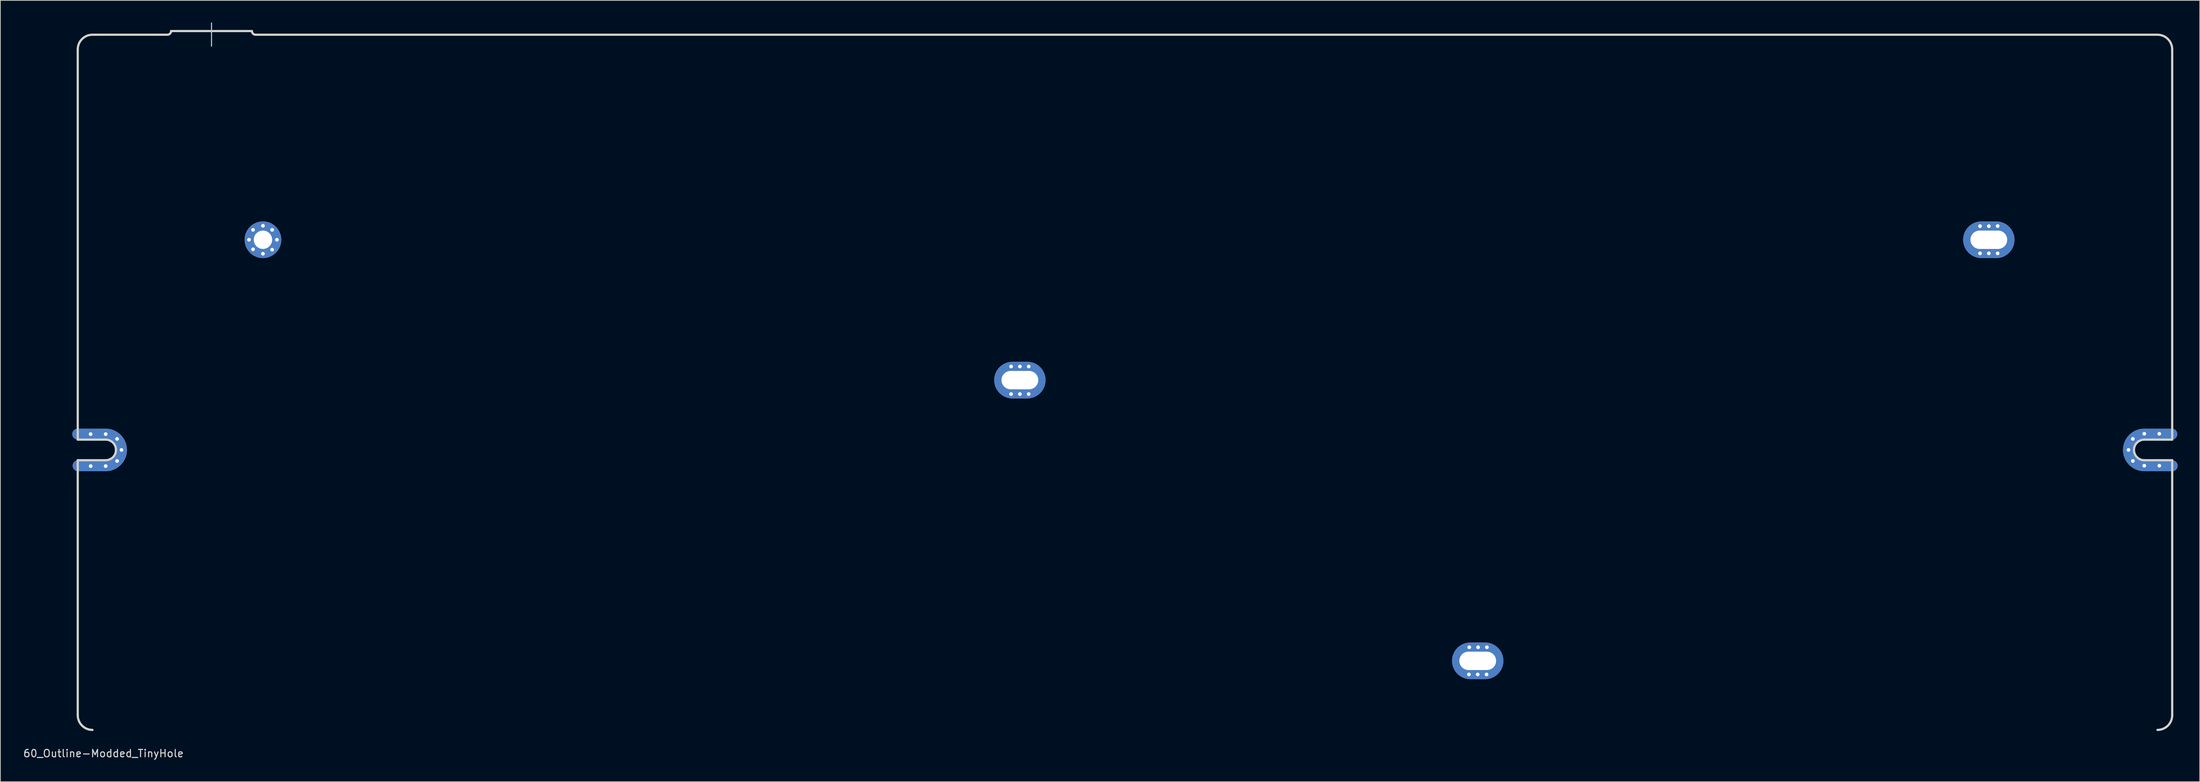
<source format=kicad_pcb>
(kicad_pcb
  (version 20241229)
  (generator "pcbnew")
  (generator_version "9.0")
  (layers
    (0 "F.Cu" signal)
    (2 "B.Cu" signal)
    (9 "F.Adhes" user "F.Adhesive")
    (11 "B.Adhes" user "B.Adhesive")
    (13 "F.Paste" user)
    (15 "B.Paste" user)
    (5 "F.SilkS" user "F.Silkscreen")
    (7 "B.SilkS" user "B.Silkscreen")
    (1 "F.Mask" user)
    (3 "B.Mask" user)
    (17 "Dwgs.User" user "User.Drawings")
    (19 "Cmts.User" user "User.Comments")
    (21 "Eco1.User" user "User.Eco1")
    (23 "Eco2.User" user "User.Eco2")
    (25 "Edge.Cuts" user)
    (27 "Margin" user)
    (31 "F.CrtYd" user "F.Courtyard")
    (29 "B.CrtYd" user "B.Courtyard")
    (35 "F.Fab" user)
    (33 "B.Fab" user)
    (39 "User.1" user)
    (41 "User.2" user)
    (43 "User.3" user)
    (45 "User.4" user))
  (footprint "60_Outline-Modded_TinyHole"
    (layer "F.Cu")
    (at 150.03 48.975)
    (property "Reference" "60_Outline-Modded_TinyHole" (at -139 50.5 0) (layer "Edge.Cuts") (effects (font (size 1 1) (thickness 0.15))))
    (attr through_hole)
    (fp_line (start -142.5 7.05) (end -138.7 7.05) (stroke (width 1.5) (type solid)) (layer "F.Cu"))
    (fp_line (start -142.45 11.35) (end -138.65 11.35) (stroke (width 1.5) (type solid)) (layer "F.Cu"))
    (fp_line (start 142.45 7.05) (end 138.65 7.05) (stroke (width 1.5) (type solid)) (layer "F.Cu"))
    (fp_line (start 142.5 11.35) (end 138.7 11.35) (stroke (width 1.5) (type solid)) (layer "F.Cu"))
    (fp_arc (start -138.7 7.05) (mid -137.17972 7.67972) (end -136.55 9.2) (stroke (width 1.5) (type solid)) (layer "F.Cu"))
    (fp_arc (start -136.55 9.2) (mid -137.17972 10.72028) (end -138.7 11.35) (stroke (width 1.5) (type solid)) (layer "F.Cu"))
    (fp_arc (start 136.55 9.2) (mid 137.17972 7.67972) (end 138.7 7.05) (stroke (width 1.5) (type solid)) (layer "F.Cu"))
    (fp_arc (start 138.7 11.35) (mid 137.17972 10.72028) (end 136.55 9.2) (stroke (width 1.5) (type solid)) (layer "F.Cu"))
    (fp_line (start -142.5 7.05) (end -138.7 7.05) (stroke (width 1.5) (type solid)) (layer "F.Mask"))
    (fp_line (start -142.45 11.35) (end -138.65 11.35) (stroke (width 1.5) (type solid)) (layer "F.Mask"))
    (fp_line (start 142.45 7.05) (end 138.65 7.05) (stroke (width 1.5) (type solid)) (layer "F.Mask"))
    (fp_line (start 142.5 11.35) (end 138.7 11.35) (stroke (width 1.5) (type solid)) (layer "F.Mask"))
    (fp_arc (start -138.7 7.05) (mid -137.17972 7.67972) (end -136.55 9.2) (stroke (width 1.5) (type solid)) (layer "F.Mask"))
    (fp_arc (start -136.55 9.2) (mid -137.17972 10.72028) (end -138.7 11.35) (stroke (width 1.5) (type solid)) (layer "F.Mask"))
    (fp_arc (start 136.55 9.2) (mid 137.17972 7.67972) (end 138.7 7.05) (stroke (width 1.5) (type solid)) (layer "F.Mask"))
    (fp_arc (start 138.7 11.35) (mid 137.17972 10.72028) (end 136.55 9.2) (stroke (width 1.5) (type solid)) (layer "F.Mask"))
    (fp_line (start -142.5 7.05) (end -138.7 7.05) (stroke (width 1.5) (type solid)) (layer "B.Cu"))
    (fp_line (start -142.45 11.35) (end -138.65 11.35) (stroke (width 1.5) (type solid)) (layer "B.Cu"))
    (fp_line (start 142.45 7.05) (end 138.65 7.05) (stroke (width 1.5) (type solid)) (layer "B.Cu"))
    (fp_line (start 142.5 11.35) (end 138.7 11.35) (stroke (width 1.5) (type solid)) (layer "B.Cu"))
    (fp_arc (start -138.7 7.05) (mid -137.17972 7.67972) (end -136.55 9.2) (stroke (width 1.5) (type solid)) (layer "B.Cu"))
    (fp_arc (start -136.55 9.2) (mid -137.17972 10.72028) (end -138.7 11.35) (stroke (width 1.5) (type solid)) (layer "B.Cu"))
    (fp_arc (start 136.55 9.2) (mid 137.17972 7.67972) (end 138.7 7.05) (stroke (width 1.5) (type solid)) (layer "B.Cu"))
    (fp_arc (start 138.7 11.35) (mid 137.17972 10.72028) (end 136.55 9.2) (stroke (width 1.5) (type solid)) (layer "B.Cu"))
    (fp_line (start -142.5 7.05) (end -138.7 7.05) (stroke (width 1.5) (type solid)) (layer "B.Mask"))
    (fp_line (start -142.45 11.35) (end -138.65 11.35) (stroke (width 1.5) (type solid)) (layer "B.Mask"))
    (fp_line (start 142.45 7.05) (end 138.65 7.05) (stroke (width 1.5) (type solid)) (layer "B.Mask"))
    (fp_line (start 142.5 11.35) (end 138.7 11.35) (stroke (width 1.5) (type solid)) (layer "B.Mask"))
    (fp_arc (start -138.7 7.05) (mid -137.17972 7.67972) (end -136.55 9.2) (stroke (width 1.5) (type solid)) (layer "B.Mask"))
    (fp_arc (start -136.55 9.2) (mid -137.17972 10.72028) (end -138.7 11.35) (stroke (width 1.5) (type solid)) (layer "B.Mask"))
    (fp_arc (start 136.55 9.2) (mid 137.17972 7.67972) (end 138.7 7.05) (stroke (width 1.5) (type solid)) (layer "B.Mask"))
    (fp_arc (start 138.7 11.35) (mid 137.17972 10.72028) (end 136.55 9.2) (stroke (width 1.5) (type solid)) (layer "B.Mask"))
    (fp_line (start -124.3 -48.9) (end -124.3 -45.75) (stroke (width 0.15) (type solid)) (layer "Dwgs.User"))
    (fp_line (start -142.5 7.8) (end -142.5 -45.3) (stroke (width 0.3) (type solid)) (layer "Edge.Cuts"))
    (fp_line (start -142.5 10.6) (end -138.7 10.6) (stroke (width 0.3) (type solid)) (layer "Edge.Cuts"))
    (fp_line (start -142.5 45.3) (end -142.5 10.6) (stroke (width 0.3) (type solid)) (layer "Edge.Cuts"))
    (fp_line (start -140.5 -47.3) (end -130.3 -47.3) (stroke (width 0.3) (type solid)) (layer "Edge.Cuts"))
    (fp_line (start -138.7 7.8) (end -142.5 7.8) (stroke (width 0.3) (type solid)) (layer "Edge.Cuts"))
    (fp_line (start -129.8 -47.8) (end -118.8 -47.8) (stroke (width 0.3) (type solid)) (layer "Edge.Cuts"))
    (fp_line (start 138.7 7.8) (end 142.5 7.8) (stroke (width 0.3) (type solid)) (layer "Edge.Cuts"))
    (fp_line (start 138.7 10.6) (end 142.5 10.6) (stroke (width 0.3) (type solid)) (layer "Edge.Cuts"))
    (fp_line (start 140.5 -47.3) (end -118.3 -47.3) (stroke (width 0.3) (type solid)) (layer "Edge.Cuts"))
    (fp_line (start 142.5 7.8) (end 142.5 -45.3) (stroke (width 0.3) (type solid)) (layer "Edge.Cuts"))
    (fp_line (start 142.5 10.6) (end 142.5 45.3) (stroke (width 0.3) (type solid)) (layer "Edge.Cuts"))
    (fp_arc (start -142.5 -45.3) (mid -141.914214 -46.714214) (end -140.5 -47.3) (stroke (width 0.3) (type solid)) (layer "Edge.Cuts"))
    (fp_arc (start -140.5 47.3) (mid -141.914214 46.714214) (end -142.5 45.3) (stroke (width 0.3) (type solid)) (layer "Edge.Cuts"))
    (fp_arc (start -138.7 7.8) (mid -137.710051 8.210051) (end -137.3 9.2) (stroke (width 0.3) (type solid)) (layer "Edge.Cuts"))
    (fp_arc (start -137.3 9.2) (mid -137.710051 10.189949) (end -138.7 10.6) (stroke (width 0.3) (type solid)) (layer "Edge.Cuts"))
    (fp_arc (start -129.8 -47.8) (mid -129.946447 -47.446447) (end -130.3 -47.3) (stroke (width 0.3) (type solid)) (layer "Edge.Cuts"))
    (fp_arc (start -118.3 -47.3) (mid -118.653553 -47.446447) (end -118.8 -47.8) (stroke (width 0.3) (type solid)) (layer "Edge.Cuts"))
    (fp_arc (start 137.3 9.2) (mid 137.710051 8.210051) (end 138.7 7.8) (stroke (width 0.3) (type solid)) (layer "Edge.Cuts"))
    (fp_arc (start 138.7 10.6) (mid 137.710051 10.189949) (end 137.3 9.2) (stroke (width 0.3) (type solid)) (layer "Edge.Cuts"))
    (fp_arc (start 140.5 -47.3) (mid 141.914214 -46.714214) (end 142.5 -45.3) (stroke (width 0.3) (type solid)) (layer "Edge.Cuts"))
    (fp_arc (start 142.5 45.3) (mid 141.914214 46.714214) (end 140.5 47.3) (stroke (width 0.3) (type solid)) (layer "Edge.Cuts"))
    (pad "1" thru_hole circle (at -140.75 7.05) (size 1 1) (drill 0.5) (layers "*.Cu" "*.Mask"))
    (pad "1" thru_hole circle (at -140.742 11.4) (size 1 1) (drill 0.5) (layers "*.Cu" "*.Mask"))
    (pad "1" thru_hole circle (at -138.7 7.05) (size 1 1) (drill 0.5) (layers "*.Cu" "*.Mask"))
    (pad "1" thru_hole circle (at -138.7 11.4) (size 1 1) (drill 0.5) (layers "*.Cu" "*.Mask"))
    (pad "1" thru_hole circle (at -137.15 7.7) (size 1 1) (drill 0.5) (layers "*.Cu" "*.Mask"))
    (pad "1" thru_hole circle (at -137.15 10.7 180) (size 1 1) (drill 0.5) (layers "*.Cu" "*.Mask"))
    (pad "1" thru_hole circle (at -136.55 9.2) (size 1 1) (drill 0.5) (layers "*.Cu" "*.Mask"))
    (pad "1" thru_hole circle (at -119.2 -19.4) (size 1 1) (drill 0.5) (layers "*.Cu" "*.Mask"))
    (pad "1" thru_hole circle (at -118.65 -20.75) (size 1 1) (drill 0.5) (layers "*.Cu" "*.Mask"))
    (pad "1" thru_hole circle (at -118.65 -18.1) (size 1 1) (drill 0.5) (layers "*.Cu" "*.Mask"))
    (pad "1" thru_hole circle (at -117.3 -21.3) (size 1 1) (drill 0.5) (layers "*.Cu" "*.Mask"))
    (pad "1" thru_hole circle (at -117.3 -19.4) (size 5 5) (drill 2.499) (layers "*.Cu" "*.Mask"))
    (pad "1" thru_hole circle (at -117.3 -17.5) (size 1 1) (drill 0.5) (layers "*.Cu" "*.Mask"))
    (pad "1" thru_hole circle (at -116.05 -20.75) (size 1 1) (drill 0.5) (layers "*.Cu" "*.Mask"))
    (pad "1" thru_hole circle (at -116.05 -18.05) (size 1 1) (drill 0.5) (layers "*.Cu" "*.Mask"))
    (pad "1" thru_hole circle (at -115.4 -19.4) (size 1 1) (drill 0.5) (layers "*.Cu" "*.Mask"))
    (pad "1" thru_hole circle (at -15.5 -2.15) (size 1 1) (drill 0.5) (layers "*.Cu" "*.Mask"))
    (pad "1" thru_hole circle (at -15.5 1.6) (size 1 1) (drill 0.5) (layers "*.Cu" "*.Mask"))
    (pad "1" thru_hole circle (at -14.3 -2.15) (size 1 1) (drill 0.5) (layers "*.Cu" "*.Mask"))
    (pad "1" thru_hole oval (at -14.3 -0.3) (size 7 5) (drill oval 5.001 2.499) (layers "*.Cu" "*.Mask"))
    (pad "1" thru_hole circle (at -14.3 1.6) (size 1 1) (drill 0.5) (layers "*.Cu" "*.Mask"))
    (pad "1" thru_hole circle (at -13.1 -2.15) (size 1 1) (drill 0.5) (layers "*.Cu" "*.Mask"))
    (pad "1" thru_hole circle (at -13.1 1.6) (size 1 1) (drill 0.5) (layers "*.Cu" "*.Mask"))
    (pad "1" thru_hole circle (at 46.8 39.75) (size 1 1) (drill 0.5) (layers "*.Cu" "*.Mask"))
    (pad "1" thru_hole circle (at 46.85 36.05) (size 1 1) (drill 0.5) (layers "*.Cu" "*.Mask"))
    (pad "1" thru_hole oval (at 48 37.9) (size 7 5) (drill oval 5.001 2.499) (layers "*.Cu" "*.Mask"))
    (pad "1" thru_hole circle (at 48 39.75) (size 1 1) (drill 0.5) (layers "*.Cu" "*.Mask"))
    (pad "1" thru_hole circle (at 48.05 36.05) (size 1 1) (drill 0.5) (layers "*.Cu" "*.Mask"))
    (pad "1" thru_hole circle (at 49.2 39.75) (size 1 1) (drill 0.5) (layers "*.Cu" "*.Mask"))
    (pad "1" thru_hole circle (at 49.25 36.05) (size 1 1) (drill 0.5) (layers "*.Cu" "*.Mask"))
    (pad "1" thru_hole circle (at 116.35 -21.25) (size 1 1) (drill 0.5) (layers "*.Cu" "*.Mask"))
    (pad "1" thru_hole circle (at 116.35 -17.55) (size 1 1) (drill 0.5) (layers "*.Cu" "*.Mask"))
    (pad "1" thru_hole circle (at 117.55 -21.25) (size 1 1) (drill 0.5) (layers "*.Cu" "*.Mask"))
    (pad "1" thru_hole oval (at 117.55 -19.4) (size 7 5) (drill oval 5.001 2.499) (layers "*.Cu" "*.Mask"))
    (pad "1" thru_hole circle (at 117.55 -17.55) (size 1 1) (drill 0.5) (layers "*.Cu" "*.Mask"))
    (pad "1" thru_hole circle (at 118.75 -21.267) (size 1 1) (drill 0.5) (layers "*.Cu" "*.Mask"))
    (pad "1" thru_hole circle (at 118.75 -17.55) (size 1 1) (drill 0.5) (layers "*.Cu" "*.Mask"))
    (pad "1" thru_hole circle (at 136.55 9.2 180) (size 1 1) (drill 0.5) (layers "*.Cu" "*.Mask"))
    (pad "1" thru_hole circle (at 137.15 7.7) (size 1 1) (drill 0.5) (layers "*.Cu" "*.Mask"))
    (pad "1" thru_hole circle (at 137.15 10.7 180) (size 1 1) (drill 0.5) (layers "*.Cu" "*.Mask"))
    (pad "1" thru_hole circle (at 138.7 7 180) (size 1 1) (drill 0.5) (layers "*.Cu" "*.Mask"))
    (pad "1" thru_hole circle (at 138.7 11.35 180) (size 1 1) (drill 0.5) (layers "*.Cu" "*.Mask"))
    (pad "1" thru_hole circle (at 140.742 7 180) (size 1 1) (drill 0.5) (layers "*.Cu" "*.Mask"))
    (pad "1" thru_hole circle (at 140.75 11.35 180) (size 1 1) (drill 0.5) (layers "*.Cu" "*.Mask")))
  (gr_rect
    (start -3 -3)
    (end 296.28 103.323)
    (stroke (width 0.1) (type default))
    (fill no)
    (layer "Edge.Cuts")))
</source>
